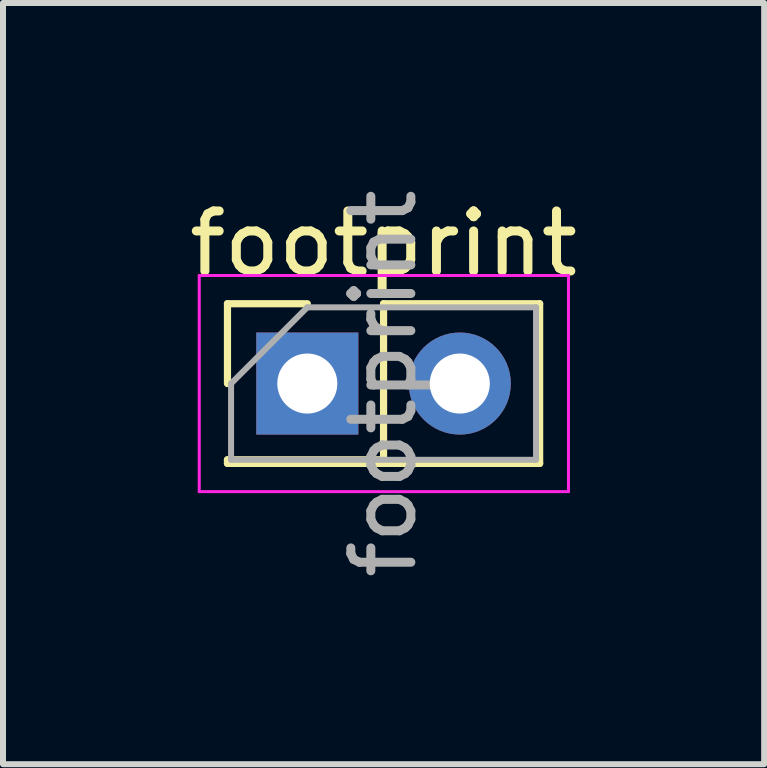
<source format=kicad_pcb>
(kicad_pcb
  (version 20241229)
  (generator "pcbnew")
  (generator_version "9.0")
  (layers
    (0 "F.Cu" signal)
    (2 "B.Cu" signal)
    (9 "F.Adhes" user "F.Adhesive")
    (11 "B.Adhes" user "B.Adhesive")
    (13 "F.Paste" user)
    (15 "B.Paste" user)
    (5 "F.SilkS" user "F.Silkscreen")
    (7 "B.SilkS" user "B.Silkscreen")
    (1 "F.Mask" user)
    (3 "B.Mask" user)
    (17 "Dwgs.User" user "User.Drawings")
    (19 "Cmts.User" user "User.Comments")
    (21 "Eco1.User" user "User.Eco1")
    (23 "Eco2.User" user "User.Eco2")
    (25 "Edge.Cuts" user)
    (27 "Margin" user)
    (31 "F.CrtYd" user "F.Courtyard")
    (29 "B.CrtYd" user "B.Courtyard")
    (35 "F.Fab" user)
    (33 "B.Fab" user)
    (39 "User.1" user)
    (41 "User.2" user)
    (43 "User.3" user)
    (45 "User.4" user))
  (footprint "footprint"
    (layer "F.Cu")
    (at 2.069 3.339)
    (property "Reference" "footprint" (at 1.27 -2.33 0) (layer "F.SilkS") (effects (font (size 1 1) (thickness 0.15))))
    (attr through_hole)
    (fp_line (start -1.33 -1.33) (end 0 -1.33) (stroke (width 0.12) (type solid)) (layer "F.SilkS"))
    (fp_line (start -1.33 0) (end -1.33 -1.33) (stroke (width 0.12) (type solid)) (layer "F.SilkS"))
    (fp_line (start -1.33 1.27) (end -1.33 1.33) (stroke (width 0.12) (type solid)) (layer "F.SilkS"))
    (fp_line (start -1.33 1.27) (end 1.27 1.27) (stroke (width 0.12) (type solid)) (layer "F.SilkS"))
    (fp_line (start -1.33 1.33) (end 3.87 1.33) (stroke (width 0.12) (type solid)) (layer "F.SilkS"))
    (fp_line (start 1.27 -1.33) (end 3.87 -1.33) (stroke (width 0.12) (type solid)) (layer "F.SilkS"))
    (fp_line (start 1.27 1.27) (end 1.27 -1.33) (stroke (width 0.12) (type solid)) (layer "F.SilkS"))
    (fp_line (start 3.87 -1.33) (end 3.87 1.33) (stroke (width 0.12) (type solid)) (layer "F.SilkS"))
    (fp_line (start -1.8 -1.8) (end -1.8 1.8) (stroke (width 0.05) (type solid)) (layer "F.CrtYd"))
    (fp_line (start -1.8 1.8) (end 4.35 1.8) (stroke (width 0.05) (type solid)) (layer "F.CrtYd"))
    (fp_line (start 4.35 -1.8) (end -1.8 -1.8) (stroke (width 0.05) (type solid)) (layer "F.CrtYd"))
    (fp_line (start 4.35 1.8) (end 4.35 -1.8) (stroke (width 0.05) (type solid)) (layer "F.CrtYd"))
    (fp_line (start -1.27 0) (end 0 -1.27) (stroke (width 0.1) (type solid)) (layer "F.Fab"))
    (fp_line (start -1.27 1.27) (end -1.27 0) (stroke (width 0.1) (type solid)) (layer "F.Fab"))
    (fp_line (start 0 -1.27) (end 3.81 -1.27) (stroke (width 0.1) (type solid)) (layer "F.Fab"))
    (fp_line (start 3.81 -1.27) (end 3.81 1.27) (stroke (width 0.1) (type solid)) (layer "F.Fab"))
    (fp_line (start 3.81 1.27) (end -1.27 1.27) (stroke (width 0.1) (type solid)) (layer "F.Fab"))
    (fp_text user "${REFERENCE}" (at 1.27 0 90) (layer "F.Fab") (effects (font (size 1 1) (thickness 0.15))))
    (pad "1" thru_hole rect (at 0 0) (size 1.7 1.7) (drill 1) (layers "*.Cu" "*.Mask"))
    (pad "2" thru_hole oval (at 2.54 0) (size 1.7 1.7) (drill 1) (layers "*.Cu" "*.Mask")))
  (gr_rect
    (start -3 -3)
    (end 9.679 9.679)
    (stroke (width 0.1) (type default))
    (fill no)
    (layer "Edge.Cuts")))
</source>
